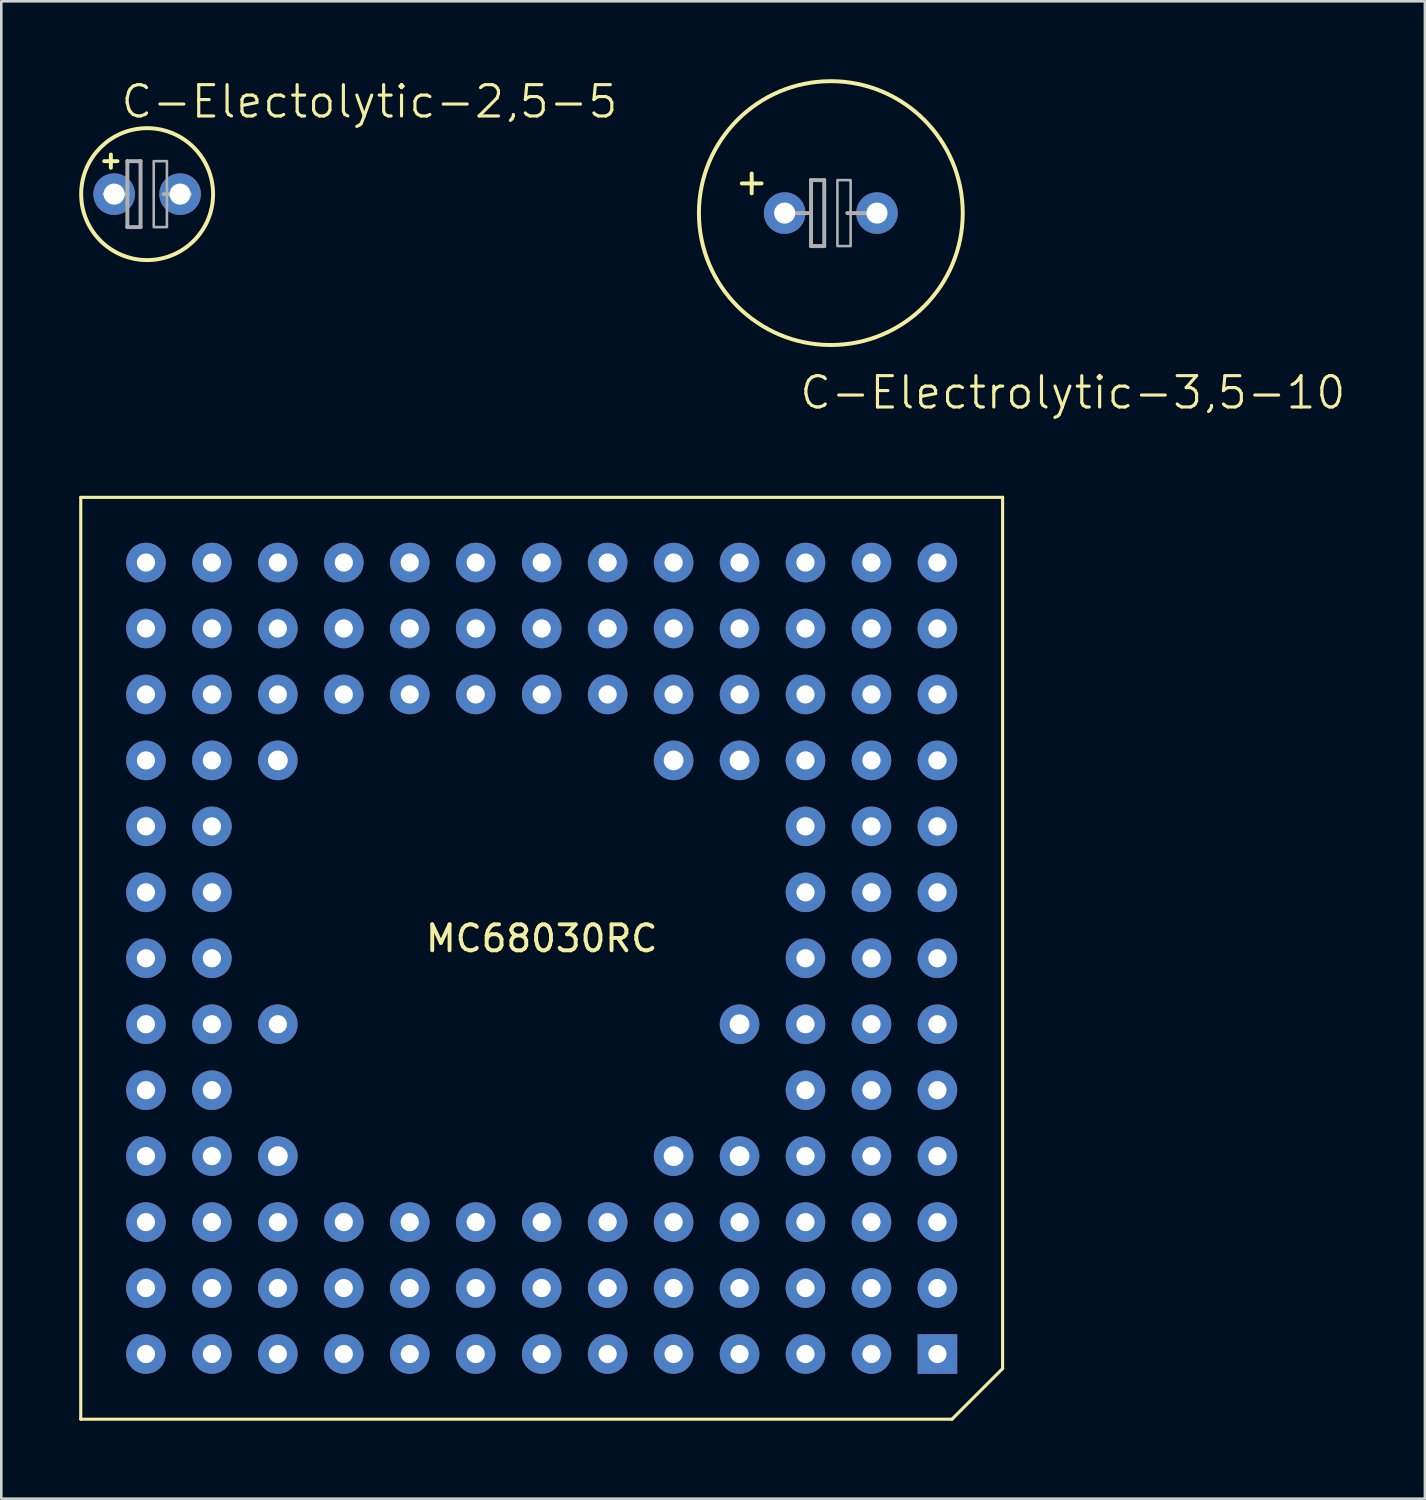
<source format=kicad_pcb>
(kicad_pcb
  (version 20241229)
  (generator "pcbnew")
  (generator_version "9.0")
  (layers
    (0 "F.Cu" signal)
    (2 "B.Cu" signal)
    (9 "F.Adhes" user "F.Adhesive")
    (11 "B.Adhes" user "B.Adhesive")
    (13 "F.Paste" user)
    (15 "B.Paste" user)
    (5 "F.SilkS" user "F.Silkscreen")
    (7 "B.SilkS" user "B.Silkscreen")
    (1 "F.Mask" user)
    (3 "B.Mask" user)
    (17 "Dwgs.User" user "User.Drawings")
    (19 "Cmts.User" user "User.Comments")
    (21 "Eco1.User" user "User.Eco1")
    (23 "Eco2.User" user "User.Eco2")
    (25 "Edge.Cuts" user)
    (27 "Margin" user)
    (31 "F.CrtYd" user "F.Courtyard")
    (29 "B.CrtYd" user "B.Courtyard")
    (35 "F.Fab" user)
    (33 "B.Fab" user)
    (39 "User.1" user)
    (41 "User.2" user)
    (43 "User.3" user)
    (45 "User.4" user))
  (footprint "C-Electrolytic-3,5-10"
    (layer "F.Cu")
    (at 28.945 5.156)
    (property "Reference" "C-Electrolytic-3,5-10" (at -1.27 7.62 180) (layer "F.SilkS") (effects (font (size 1.206 1.206) (thickness 0.121)) (justify left bottom)))
    (attr through_hole)
    (fp_line (start -3.429 -1.143) (end -2.667 -1.143) (stroke (width 0.152) (type solid)) (layer "F.SilkS"))
    (fp_line (start -3.048 -0.762) (end -3.048 -1.524) (stroke (width 0.152) (type solid)) (layer "F.SilkS"))
    (fp_circle (center 0 0) (end 5.08 0) (stroke (width 0.152) (type solid)) (fill no) (layer "F.SilkS"))
    (fp_line (start -1.651 0) (end -0.762 0) (stroke (width 0.152) (type solid)) (layer "F.Fab"))
    (fp_line (start -0.762 -1.27) (end -0.762 0) (stroke (width 0.152) (type solid)) (layer "F.Fab"))
    (fp_line (start -0.762 0) (end -0.762 1.27) (stroke (width 0.152) (type solid)) (layer "F.Fab"))
    (fp_line (start -0.762 1.27) (end -0.254 1.27) (stroke (width 0.152) (type solid)) (layer "F.Fab"))
    (fp_line (start -0.254 -1.27) (end -0.762 -1.27) (stroke (width 0.152) (type solid)) (layer "F.Fab"))
    (fp_line (start -0.254 1.27) (end -0.254 -1.27) (stroke (width 0.152) (type solid)) (layer "F.Fab"))
    (fp_line (start 0.635 0) (end 1.651 0) (stroke (width 0.152) (type solid)) (layer "F.Fab"))
    (fp_poly (pts (xy 0.254 1.27) (xy 0.762 1.27) (xy 0.762 -1.27) (xy 0.254 -1.27)) (stroke (width 0.1) (type solid)) (fill no) (layer "F.Fab"))
    (pad "1" thru_hole circle (at -1.778 0) (size 1.6 1.6) (drill 0.813) (layers "*.Cu" "*.Mask"))
    (pad "2" thru_hole circle (at 1.778 0) (size 1.6 1.6) (drill 0.813) (layers "*.Cu" "*.Mask")))
  (footprint "C-Electolytic-2,5-5"
    (layer "F.Cu")
    (at 2.616 4.426)
    (property "Reference" "C-Electolytic-2,5-5" (at -1.079 -2.857 0) (layer "F.SilkS") (effects (font (size 1.206 1.206) (thickness 0.121)) (justify left bottom)))
    (attr through_hole)
    (fp_line (start -1.651 -1.27) (end -1.397 -1.27) (stroke (width 0.152) (type solid)) (layer "F.SilkS"))
    (fp_line (start -1.397 -1.27) (end -1.397 -1.524) (stroke (width 0.152) (type solid)) (layer "F.SilkS"))
    (fp_line (start -1.397 -1.27) (end -1.143 -1.27) (stroke (width 0.152) (type solid)) (layer "F.SilkS"))
    (fp_line (start -1.397 -1.016) (end -1.397 -1.27) (stroke (width 0.152) (type solid)) (layer "F.SilkS"))
    (fp_circle (center 0 0) (end 2.54 0) (stroke (width 0.152) (type solid)) (fill no) (layer "F.SilkS"))
    (fp_line (start -1.651 0) (end -0.762 0) (stroke (width 0.152) (type solid)) (layer "F.Fab"))
    (fp_line (start -0.762 -1.27) (end -0.762 0) (stroke (width 0.152) (type solid)) (layer "F.Fab"))
    (fp_line (start -0.762 0) (end -0.762 1.27) (stroke (width 0.152) (type solid)) (layer "F.Fab"))
    (fp_line (start -0.762 1.27) (end -0.254 1.27) (stroke (width 0.152) (type solid)) (layer "F.Fab"))
    (fp_line (start -0.254 -1.27) (end -0.762 -1.27) (stroke (width 0.152) (type solid)) (layer "F.Fab"))
    (fp_line (start -0.254 1.27) (end -0.254 -1.27) (stroke (width 0.152) (type solid)) (layer "F.Fab"))
    (fp_line (start 0.635 0) (end 1.651 0) (stroke (width 0.152) (type solid)) (layer "F.Fab"))
    (fp_poly (pts (xy 0.254 1.27) (xy 0.762 1.27) (xy 0.762 -1.27) (xy 0.254 -1.27)) (stroke (width 0.1) (type solid)) (fill no) (layer "F.Fab"))
    (pad "1" thru_hole circle (at -1.27 0) (size 1.6 1.6) (drill 0.813) (layers "*.Cu" "*.Mask"))
    (pad "2" thru_hole circle (at 1.27 0) (size 1.6 1.6) (drill 0.813) (layers "*.Cu" "*.Mask")))
  (footprint "MC68030RC"
    (layer "F.Cu")
    (at 17.81 33.853)
    (property "Reference" "MC68030RC" (at 0 -0.762 0) (layer "F.SilkS") (effects (font (size 1 1) (thickness 0.15))))
    (attr through_hole)
    (fp_line (start -17.75 -17.75) (end 17.75 -17.75) (stroke (width 0.12) (type solid)) (layer "F.SilkS"))
    (fp_line (start -17.75 17.75) (end -17.75 -17.75) (stroke (width 0.12) (type solid)) (layer "F.SilkS"))
    (fp_line (start 15.8 17.75) (end -17.75 17.75) (stroke (width 0.12) (type solid)) (layer "F.SilkS"))
    (fp_line (start 17.75 -17.75) (end 17.75 15.8) (stroke (width 0.12) (type solid)) (layer "F.SilkS"))
    (fp_line (start 17.75 15.8) (end 15.8 17.75) (stroke (width 0.12) (type solid)) (layer "F.SilkS"))
    (pad "A1" thru_hole rect (at 15.24 15.24) (size 1.524 1.524) (drill 0.7) (layers "*.Cu" "*.Mask"))
    (pad "A2" thru_hole circle (at 12.7 15.24) (size 1.524 1.524) (drill 0.7) (layers "*.Cu" "*.Mask"))
    (pad "A3" thru_hole circle (at 10.16 15.24) (size 1.524 1.524) (drill 0.7) (layers "*.Cu" "*.Mask"))
    (pad "A4" thru_hole circle (at 7.62 15.24) (size 1.524 1.524) (drill 0.7) (layers "*.Cu" "*.Mask"))
    (pad "A5" thru_hole circle (at 5.08 15.24) (size 1.524 1.524) (drill 0.7) (layers "*.Cu" "*.Mask"))
    (pad "A6" thru_hole circle (at 2.54 15.24) (size 1.524 1.524) (drill 0.7) (layers "*.Cu" "*.Mask"))
    (pad "A7" thru_hole circle (at 0 15.24) (size 1.524 1.524) (drill 0.7) (layers "*.Cu" "*.Mask"))
    (pad "A8" thru_hole circle (at -2.54 15.24) (size 1.524 1.524) (drill 0.7) (layers "*.Cu" "*.Mask"))
    (pad "A9" thru_hole circle (at -5.08 15.24) (size 1.524 1.524) (drill 0.7) (layers "*.Cu" "*.Mask"))
    (pad "A10" thru_hole circle (at -7.62 15.24) (size 1.524 1.524) (drill 0.7) (layers "*.Cu" "*.Mask"))
    (pad "A11" thru_hole circle (at -10.16 15.24) (size 1.524 1.524) (drill 0.7) (layers "*.Cu" "*.Mask"))
    (pad "A12" thru_hole circle (at -12.7 15.24) (size 1.524 1.524) (drill 0.7) (layers "*.Cu" "*.Mask"))
    (pad "A13" thru_hole circle (at -15.24 15.24) (size 1.524 1.524) (drill 0.7) (layers "*.Cu" "*.Mask"))
    (pad "B1" thru_hole circle (at 15.24 12.7) (size 1.524 1.524) (drill 0.7) (layers "*.Cu" "*.Mask"))
    (pad "B2" thru_hole circle (at 12.7 12.7) (size 1.524 1.524) (drill 0.7) (layers "*.Cu" "*.Mask"))
    (pad "B3" thru_hole circle (at 10.16 12.7) (size 1.524 1.524) (drill 0.7) (layers "*.Cu" "*.Mask"))
    (pad "B4" thru_hole circle (at 7.62 12.7) (size 1.524 1.524) (drill 0.7) (layers "*.Cu" "*.Mask"))
    (pad "B5" thru_hole circle (at 5.08 12.7) (size 1.524 1.524) (drill 0.7) (layers "*.Cu" "*.Mask"))
    (pad "B6" thru_hole circle (at 2.54 12.7) (size 1.524 1.524) (drill 0.7) (layers "*.Cu" "*.Mask"))
    (pad "B7" thru_hole circle (at 0 12.7) (size 1.524 1.524) (drill 0.7) (layers "*.Cu" "*.Mask"))
    (pad "B8" thru_hole circle (at -2.54 12.7) (size 1.524 1.524) (drill 0.7) (layers "*.Cu" "*.Mask"))
    (pad "B9" thru_hole circle (at -5.08 12.7) (size 1.524 1.524) (drill 0.7) (layers "*.Cu" "*.Mask"))
    (pad "B10" thru_hole circle (at -7.62 12.7) (size 1.524 1.524) (drill 0.7) (layers "*.Cu" "*.Mask"))
    (pad "B11" thru_hole circle (at -10.16 12.7) (size 1.524 1.524) (drill 0.7) (layers "*.Cu" "*.Mask"))
    (pad "B12" thru_hole circle (at -12.7 12.7) (size 1.524 1.524) (drill 0.7) (layers "*.Cu" "*.Mask"))
    (pad "B13" thru_hole circle (at -15.24 12.7) (size 1.524 1.524) (drill 0.7) (layers "*.Cu" "*.Mask"))
    (pad "C1" thru_hole circle (at 15.24 10.16) (size 1.524 1.524) (drill 0.7) (layers "*.Cu" "*.Mask"))
    (pad "C2" thru_hole circle (at 12.7 10.16) (size 1.524 1.524) (drill 0.7) (layers "*.Cu" "*.Mask"))
    (pad "C3" thru_hole circle (at 10.16 10.16) (size 1.524 1.524) (drill 0.7) (layers "*.Cu" "*.Mask"))
    (pad "C4" thru_hole circle (at 7.62 10.16) (size 1.524 1.524) (drill 0.7) (layers "*.Cu" "*.Mask"))
    (pad "C5" thru_hole circle (at 5.08 10.16) (size 1.524 1.524) (drill 0.7) (layers "*.Cu" "*.Mask"))
    (pad "C6" thru_hole circle (at 2.54 10.16) (size 1.524 1.524) (drill 0.7) (layers "*.Cu" "*.Mask"))
    (pad "C7" thru_hole circle (at 0 10.16) (size 1.524 1.524) (drill 0.7) (layers "*.Cu" "*.Mask"))
    (pad "C8" thru_hole circle (at -2.54 10.16) (size 1.524 1.524) (drill 0.7) (layers "*.Cu" "*.Mask"))
    (pad "C9" thru_hole circle (at -5.08 10.16) (size 1.524 1.524) (drill 0.7) (layers "*.Cu" "*.Mask"))
    (pad "C10" thru_hole circle (at -7.62 10.16) (size 1.524 1.524) (drill 0.7) (layers "*.Cu" "*.Mask"))
    (pad "C11" thru_hole circle (at -10.16 10.16) (size 1.524 1.524) (drill 0.7) (layers "*.Cu" "*.Mask"))
    (pad "C12" thru_hole circle (at -12.7 10.16) (size 1.524 1.524) (drill 0.7) (layers "*.Cu" "*.Mask"))
    (pad "C13" thru_hole circle (at -15.24 10.16) (size 1.524 1.524) (drill 0.7) (layers "*.Cu" "*.Mask"))
    (pad "D1" thru_hole circle (at 15.24 7.62) (size 1.524 1.524) (drill 0.7) (layers "*.Cu" "*.Mask"))
    (pad "D2" thru_hole circle (at 12.7 7.62) (size 1.524 1.524) (drill 0.7) (layers "*.Cu" "*.Mask"))
    (pad "D3" thru_hole circle (at 10.16 7.62) (size 1.524 1.524) (drill 0.7) (layers "*.Cu" "*.Mask"))
    (pad "D4" thru_hole circle (at 7.62 7.62) (size 1.524 1.524) (drill 0.762) (layers "*.Cu" "*.Mask"))
    (pad "D5" thru_hole circle (at 5.08 7.62) (size 1.524 1.524) (drill 0.762) (layers "*.Cu" "*.Mask"))
    (pad "D11" thru_hole circle (at -10.16 7.62) (size 1.524 1.524) (drill 0.762) (layers "*.Cu" "*.Mask"))
    (pad "D12" thru_hole circle (at -12.7 7.62) (size 1.524 1.524) (drill 0.7) (layers "*.Cu" "*.Mask"))
    (pad "D13" thru_hole circle (at -15.24 7.62) (size 1.524 1.524) (drill 0.7) (layers "*.Cu" "*.Mask"))
    (pad "E1" thru_hole circle (at 15.24 5.08) (size 1.524 1.524) (drill 0.7) (layers "*.Cu" "*.Mask"))
    (pad "E2" thru_hole circle (at 12.7 5.08) (size 1.524 1.524) (drill 0.7) (layers "*.Cu" "*.Mask"))
    (pad "E3" thru_hole circle (at 10.16 5.08) (size 1.524 1.524) (drill 0.7) (layers "*.Cu" "*.Mask"))
    (pad "E12" thru_hole circle (at -12.7 5.08) (size 1.524 1.524) (drill 0.7) (layers "*.Cu" "*.Mask"))
    (pad "E13" thru_hole circle (at -15.24 5.08) (size 1.524 1.524) (drill 0.7) (layers "*.Cu" "*.Mask"))
    (pad "F1" thru_hole circle (at 15.24 2.54) (size 1.524 1.524) (drill 0.7) (layers "*.Cu" "*.Mask"))
    (pad "F2" thru_hole circle (at 12.7 2.54) (size 1.524 1.524) (drill 0.7) (layers "*.Cu" "*.Mask"))
    (pad "F3" thru_hole circle (at 10.16 2.54) (size 1.524 1.524) (drill 0.7) (layers "*.Cu" "*.Mask"))
    (pad "F4" thru_hole circle (at 7.62 2.54) (size 1.524 1.524) (drill 0.762) (layers "*.Cu" "*.Mask"))
    (pad "F11" thru_hole circle (at -10.16 2.54) (size 1.524 1.524) (drill 0.7) (layers "*.Cu" "*.Mask"))
    (pad "F12" thru_hole circle (at -12.7 2.54) (size 1.524 1.524) (drill 0.7) (layers "*.Cu" "*.Mask"))
    (pad "F13" thru_hole circle (at -15.24 2.54) (size 1.524 1.524) (drill 0.7) (layers "*.Cu" "*.Mask"))
    (pad "G1" thru_hole circle (at 15.24 0) (size 1.524 1.524) (drill 0.7) (layers "*.Cu" "*.Mask"))
    (pad "G2" thru_hole circle (at 12.7 0) (size 1.524 1.524) (drill 0.7) (layers "*.Cu" "*.Mask"))
    (pad "G3" thru_hole circle (at 10.16 0) (size 1.524 1.524) (drill 0.7) (layers "*.Cu" "*.Mask"))
    (pad "G12" thru_hole circle (at -12.7 0) (size 1.524 1.524) (drill 0.7) (layers "*.Cu" "*.Mask"))
    (pad "G13" thru_hole circle (at -15.24 0) (size 1.524 1.524) (drill 0.7) (layers "*.Cu" "*.Mask"))
    (pad "H1" thru_hole circle (at 15.24 -2.54) (size 1.524 1.524) (drill 0.7) (layers "*.Cu" "*.Mask"))
    (pad "H2" thru_hole circle (at 12.7 -2.54) (size 1.524 1.524) (drill 0.7) (layers "*.Cu" "*.Mask"))
    (pad "H3" thru_hole circle (at 10.16 -2.54) (size 1.524 1.524) (drill 0.7) (layers "*.Cu" "*.Mask"))
    (pad "H12" thru_hole circle (at -12.7 -2.54) (size 1.524 1.524) (drill 0.7) (layers "*.Cu" "*.Mask"))
    (pad "H13" thru_hole circle (at -15.24 -2.54) (size 1.524 1.524) (drill 0.7) (layers "*.Cu" "*.Mask"))
    (pad "J1" thru_hole circle (at 15.24 -5.08) (size 1.524 1.524) (drill 0.7) (layers "*.Cu" "*.Mask"))
    (pad "J2" thru_hole circle (at 12.7 -5.08) (size 1.524 1.524) (drill 0.7) (layers "*.Cu" "*.Mask"))
    (pad "J3" thru_hole circle (at 10.16 -5.08) (size 1.524 1.524) (drill 0.7) (layers "*.Cu" "*.Mask"))
    (pad "J12" thru_hole circle (at -12.7 -5.08) (size 1.524 1.524) (drill 0.7) (layers "*.Cu" "*.Mask"))
    (pad "J13" thru_hole circle (at -15.24 -5.08) (size 1.524 1.524) (drill 0.7) (layers "*.Cu" "*.Mask"))
    (pad "K1" thru_hole circle (at 15.24 -7.62) (size 1.524 1.524) (drill 0.7) (layers "*.Cu" "*.Mask"))
    (pad "K2" thru_hole circle (at 12.7 -7.62) (size 1.524 1.524) (drill 0.7) (layers "*.Cu" "*.Mask"))
    (pad "K3" thru_hole circle (at 10.16 -7.62) (size 1.524 1.524) (drill 0.7) (layers "*.Cu" "*.Mask"))
    (pad "K4" thru_hole circle (at 7.62 -7.62) (size 1.524 1.524) (drill 0.762) (layers "*.Cu" "*.Mask"))
    (pad "K5" thru_hole circle (at 5.08 -7.62) (size 1.524 1.524) (drill 0.762) (layers "*.Cu" "*.Mask"))
    (pad "K11" thru_hole circle (at -10.16 -7.62) (size 1.524 1.524) (drill 0.762) (layers "*.Cu" "*.Mask"))
    (pad "K12" thru_hole circle (at -12.7 -7.62) (size 1.524 1.524) (drill 0.7) (layers "*.Cu" "*.Mask"))
    (pad "K13" thru_hole circle (at -15.24 -7.62) (size 1.524 1.524) (drill 0.7) (layers "*.Cu" "*.Mask"))
    (pad "L1" thru_hole circle (at 15.24 -10.16) (size 1.524 1.524) (drill 0.7) (layers "*.Cu" "*.Mask"))
    (pad "L2" thru_hole circle (at 12.7 -10.16) (size 1.524 1.524) (drill 0.7) (layers "*.Cu" "*.Mask"))
    (pad "L3" thru_hole circle (at 10.16 -10.16) (size 1.524 1.524) (drill 0.7) (layers "*.Cu" "*.Mask"))
    (pad "L4" thru_hole circle (at 7.62 -10.16) (size 1.524 1.524) (drill 0.7) (layers "*.Cu" "*.Mask"))
    (pad "L5" thru_hole circle (at 5.08 -10.16) (size 1.524 1.524) (drill 0.7) (layers "*.Cu" "*.Mask"))
    (pad "L6" thru_hole circle (at 2.54 -10.16) (size 1.524 1.524) (drill 0.7) (layers "*.Cu" "*.Mask"))
    (pad "L7" thru_hole circle (at 0 -10.16) (size 1.524 1.524) (drill 0.7) (layers "*.Cu" "*.Mask"))
    (pad "L8" thru_hole circle (at -2.54 -10.16) (size 1.524 1.524) (drill 0.7) (layers "*.Cu" "*.Mask"))
    (pad "L9" thru_hole circle (at -5.08 -10.16) (size 1.524 1.524) (drill 0.7) (layers "*.Cu" "*.Mask"))
    (pad "L10" thru_hole circle (at -7.62 -10.16) (size 1.524 1.524) (drill 0.7) (layers "*.Cu" "*.Mask"))
    (pad "L11" thru_hole circle (at -10.16 -10.16) (size 1.524 1.524) (drill 0.7) (layers "*.Cu" "*.Mask"))
    (pad "L12" thru_hole circle (at -12.7 -10.16) (size 1.524 1.524) (drill 0.7) (layers "*.Cu" "*.Mask"))
    (pad "L13" thru_hole circle (at -15.24 -10.16) (size 1.524 1.524) (drill 0.7) (layers "*.Cu" "*.Mask"))
    (pad "M1" thru_hole circle (at 15.24 -12.7) (size 1.524 1.524) (drill 0.7) (layers "*.Cu" "*.Mask"))
    (pad "M2" thru_hole circle (at 12.7 -12.7) (size 1.524 1.524) (drill 0.7) (layers "*.Cu" "*.Mask"))
    (pad "M3" thru_hole circle (at 10.16 -12.7) (size 1.524 1.524) (drill 0.7) (layers "*.Cu" "*.Mask"))
    (pad "M4" thru_hole circle (at 7.62 -12.7) (size 1.524 1.524) (drill 0.7) (layers "*.Cu" "*.Mask"))
    (pad "M5" thru_hole circle (at 5.08 -12.7) (size 1.524 1.524) (drill 0.7) (layers "*.Cu" "*.Mask"))
    (pad "M6" thru_hole circle (at 2.54 -12.7) (size 1.524 1.524) (drill 0.7) (layers "*.Cu" "*.Mask"))
    (pad "M7" thru_hole circle (at 0 -12.7) (size 1.524 1.524) (drill 0.7) (layers "*.Cu" "*.Mask"))
    (pad "M8" thru_hole circle (at -2.54 -12.7) (size 1.524 1.524) (drill 0.7) (layers "*.Cu" "*.Mask"))
    (pad "M9" thru_hole circle (at -5.08 -12.7) (size 1.524 1.524) (drill 0.7) (layers "*.Cu" "*.Mask"))
    (pad "M10" thru_hole circle (at -7.62 -12.7) (size 1.524 1.524) (drill 0.7) (layers "*.Cu" "*.Mask"))
    (pad "M11" thru_hole circle (at -10.16 -12.7) (size 1.524 1.524) (drill 0.7) (layers "*.Cu" "*.Mask"))
    (pad "M12" thru_hole circle (at -12.7 -12.7) (size 1.524 1.524) (drill 0.7) (layers "*.Cu" "*.Mask"))
    (pad "M13" thru_hole circle (at -15.24 -12.7) (size 1.524 1.524) (drill 0.7) (layers "*.Cu" "*.Mask"))
    (pad "N1" thru_hole circle (at 15.24 -15.24) (size 1.524 1.524) (drill 0.7) (layers "*.Cu" "*.Mask"))
    (pad "N2" thru_hole circle (at 12.7 -15.24) (size 1.524 1.524) (drill 0.7) (layers "*.Cu" "*.Mask"))
    (pad "N3" thru_hole circle (at 10.16 -15.24) (size 1.524 1.524) (drill 0.7) (layers "*.Cu" "*.Mask"))
    (pad "N4" thru_hole circle (at 7.62 -15.24) (size 1.524 1.524) (drill 0.7) (layers "*.Cu" "*.Mask"))
    (pad "N5" thru_hole circle (at 5.08 -15.24) (size 1.524 1.524) (drill 0.7) (layers "*.Cu" "*.Mask"))
    (pad "N6" thru_hole circle (at 2.54 -15.24) (size 1.524 1.524) (drill 0.7) (layers "*.Cu" "*.Mask"))
    (pad "N7" thru_hole circle (at 0 -15.24) (size 1.524 1.524) (drill 0.7) (layers "*.Cu" "*.Mask"))
    (pad "N8" thru_hole circle (at -2.54 -15.24) (size 1.524 1.524) (drill 0.7) (layers "*.Cu" "*.Mask"))
    (pad "N9" thru_hole circle (at -5.08 -15.24) (size 1.524 1.524) (drill 0.7) (layers "*.Cu" "*.Mask"))
    (pad "N10" thru_hole circle (at -7.62 -15.24) (size 1.524 1.524) (drill 0.7) (layers "*.Cu" "*.Mask"))
    (pad "N11" thru_hole circle (at -10.16 -15.24) (size 1.524 1.524) (drill 0.7) (layers "*.Cu" "*.Mask"))
    (pad "N12" thru_hole circle (at -12.7 -15.24) (size 1.524 1.524) (drill 0.7) (layers "*.Cu" "*.Mask"))
    (pad "N13" thru_hole circle (at -15.24 -15.24) (size 1.524 1.524) (drill 0.7) (layers "*.Cu" "*.Mask")))
  (gr_rect
    (start -3 -3)
    (end 51.823 54.663)
    (stroke (width 0.1) (type default))
    (fill no)
    (layer "Edge.Cuts")))
</source>
